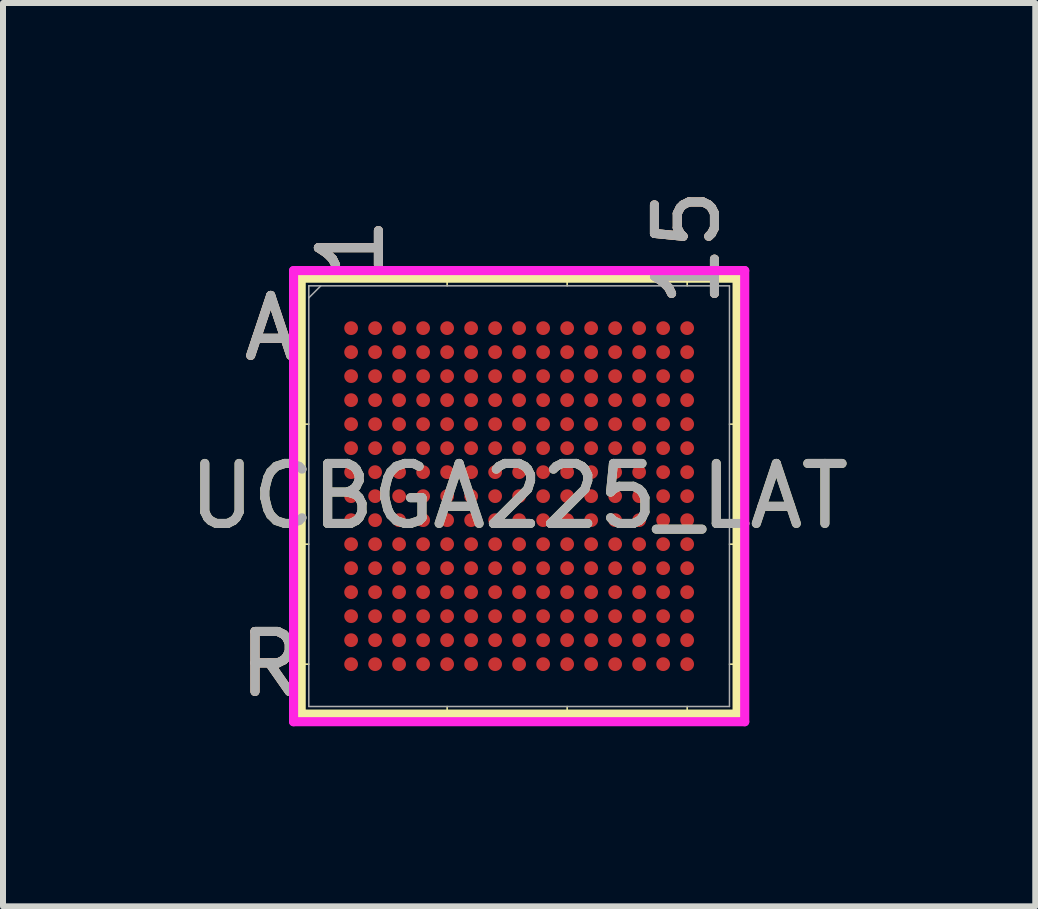
<source format=kicad_pcb>
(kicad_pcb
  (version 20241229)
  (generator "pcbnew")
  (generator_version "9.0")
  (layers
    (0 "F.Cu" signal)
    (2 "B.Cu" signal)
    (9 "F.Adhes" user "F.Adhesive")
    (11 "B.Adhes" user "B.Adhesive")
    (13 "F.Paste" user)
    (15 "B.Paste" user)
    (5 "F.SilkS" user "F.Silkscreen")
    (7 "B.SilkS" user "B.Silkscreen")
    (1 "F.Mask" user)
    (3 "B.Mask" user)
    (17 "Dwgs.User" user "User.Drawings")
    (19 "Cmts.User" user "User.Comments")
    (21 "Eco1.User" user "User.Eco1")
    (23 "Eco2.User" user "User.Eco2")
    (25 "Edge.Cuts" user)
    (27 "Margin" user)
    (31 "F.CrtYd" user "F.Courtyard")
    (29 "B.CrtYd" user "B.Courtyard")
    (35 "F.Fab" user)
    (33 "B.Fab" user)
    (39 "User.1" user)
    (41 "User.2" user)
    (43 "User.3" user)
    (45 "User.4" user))
  (footprint "UCBGA225_LAT"
    (layer "F.Cu")
    (at 5.601 5.218)
    (property "Reference" "UCBGA225_LAT" (at 0 0 0) (unlocked yes) (layer "F.SilkS") (effects (font (size 1 1) (thickness 0.15))))
    (attr smd)
    (fp_line (start -3.632 -3.632) (end -3.632 3.632) (stroke (width 0.152) (type solid)) (layer "F.SilkS"))
    (fp_line (start -3.632 3.632) (end 3.632 3.632) (stroke (width 0.152) (type solid)) (layer "F.SilkS"))
    (fp_line (start -3.505 -1.2) (end -3.759 -1.2) (stroke (width 0.025) (type solid)) (layer "F.SilkS"))
    (fp_line (start -3.505 0.8) (end -3.759 0.8) (stroke (width 0.025) (type solid)) (layer "F.SilkS"))
    (fp_line (start -3.505 2.8) (end -3.759 2.8) (stroke (width 0.025) (type solid)) (layer "F.SilkS"))
    (fp_line (start -1.2 -3.505) (end -1.2 -3.759) (stroke (width 0.025) (type solid)) (layer "F.SilkS"))
    (fp_line (start -1.2 3.505) (end -1.2 3.759) (stroke (width 0.025) (type solid)) (layer "F.SilkS"))
    (fp_line (start 0.8 -3.505) (end 0.8 -3.759) (stroke (width 0.025) (type solid)) (layer "F.SilkS"))
    (fp_line (start 0.8 3.505) (end 0.8 3.759) (stroke (width 0.025) (type solid)) (layer "F.SilkS"))
    (fp_line (start 2.8 -3.505) (end 2.8 -3.759) (stroke (width 0.025) (type solid)) (layer "F.SilkS"))
    (fp_line (start 2.8 3.505) (end 2.8 3.759) (stroke (width 0.025) (type solid)) (layer "F.SilkS"))
    (fp_line (start 3.505 -1.2) (end 3.759 -1.2) (stroke (width 0.025) (type solid)) (layer "F.SilkS"))
    (fp_line (start 3.505 0.8) (end 3.759 0.8) (stroke (width 0.025) (type solid)) (layer "F.SilkS"))
    (fp_line (start 3.505 2.8) (end 3.759 2.8) (stroke (width 0.025) (type solid)) (layer "F.SilkS"))
    (fp_line (start 3.632 -3.632) (end -3.632 -3.632) (stroke (width 0.152) (type solid)) (layer "F.SilkS"))
    (fp_line (start 3.632 3.632) (end 3.632 -3.632) (stroke (width 0.152) (type solid)) (layer "F.SilkS"))
    (fp_poly (pts (xy -3.445 -3.445) (xy 3.445 -3.445) (xy 3.445 3.445) (xy -3.445 3.445)) (stroke (width 0.1) (type solid)) (fill no) (layer "Eco2.User"))
    (fp_line (start -3.759 -3.759) (end 3.759 -3.759) (stroke (width 0.152) (type solid)) (layer "F.CrtYd"))
    (fp_line (start -3.759 3.759) (end -3.759 -3.759) (stroke (width 0.152) (type solid)) (layer "F.CrtYd"))
    (fp_line (start 3.759 -3.759) (end 3.759 3.759) (stroke (width 0.152) (type solid)) (layer "F.CrtYd"))
    (fp_line (start 3.759 3.759) (end -3.759 3.759) (stroke (width 0.152) (type solid)) (layer "F.CrtYd"))
    (fp_line (start -3.505 -3.505) (end -3.505 3.505) (stroke (width 0.025) (type solid)) (layer "F.Fab"))
    (fp_line (start -3.505 3.505) (end 3.505 3.505) (stroke (width 0.025) (type solid)) (layer "F.Fab"))
    (fp_line (start -3.305 -3.505) (end -3.505 -3.305) (stroke (width 0.025) (type solid)) (layer "F.Fab"))
    (fp_line (start 3.505 -3.505) (end -3.505 -3.505) (stroke (width 0.025) (type solid)) (layer "F.Fab"))
    (fp_line (start 3.505 3.505) (end 3.505 -3.505) (stroke (width 0.025) (type solid)) (layer "F.Fab"))
    (fp_text user "15" (at 2.8 -4.14 90) (unlocked yes) (layer "F.SilkS") (effects (font (size 1 1) (thickness 0.15))))
    (fp_text user "1" (at -2.8 -4.14 90) (unlocked yes) (layer "F.SilkS") (effects (font (size 1 1) (thickness 0.15))))
    (fp_text user "R" (at -4.14 2.8 0) (unlocked yes) (layer "F.SilkS") (effects (font (size 1 1) (thickness 0.15))))
    (fp_text user "A" (at -4.14 -2.8 0) (unlocked yes) (layer "F.SilkS") (effects (font (size 1 1) (thickness 0.15))))
    (fp_text user "R" (at -4.14 2.8 0) (unlocked yes) (layer "B.SilkS") (effects (font (size 1 1) (thickness 0.15))))
    (fp_text user "1" (at -2.8 -4.14 90) (unlocked yes) (layer "B.SilkS") (effects (font (size 1 1) (thickness 0.15))))
    (fp_text user "A" (at -4.14 -2.8 0) (unlocked yes) (layer "B.SilkS") (effects (font (size 1 1) (thickness 0.15))))
    (fp_text user "15" (at 2.8 -4.14 90) (unlocked yes) (layer "B.SilkS") (effects (font (size 1 1) (thickness 0.15))))
    (fp_text user "${REFERENCE}" (at 0 0 0) (unlocked yes) (layer "F.Fab") (effects (font (size 1 1) (thickness 0.15))))
    (fp_text user "1" (at -2.8 -4.14 90) (unlocked yes) (layer "F.Fab") (effects (font (size 1 1) (thickness 0.15))))
    (fp_text user "R" (at -4.14 2.8 0) (unlocked yes) (layer "F.Fab") (effects (font (size 1 1) (thickness 0.15))))
    (fp_text user "A" (at -4.14 -2.8 0) (unlocked yes) (layer "F.Fab") (effects (font (size 1 1) (thickness 0.15))))
    (fp_text user "15" (at 2.8 -4.14 90) (unlocked yes) (layer "F.Fab") (effects (font (size 1 1) (thickness 0.15))))
    (pad "A1" smd circle (at -2.8 -2.8) (size 0.229 0.229) (layers "F.Cu" "F.Mask" "F.Paste"))
    (pad "A2" smd circle (at -2.4 -2.8) (size 0.229 0.229) (layers "F.Cu" "F.Mask" "F.Paste"))
    (pad "A3" smd circle (at -2 -2.8) (size 0.229 0.229) (layers "F.Cu" "F.Mask" "F.Paste"))
    (pad "A4" smd circle (at -1.6 -2.8) (size 0.229 0.229) (layers "F.Cu" "F.Mask" "F.Paste"))
    (pad "A5" smd circle (at -1.2 -2.8) (size 0.229 0.229) (layers "F.Cu" "F.Mask" "F.Paste"))
    (pad "A6" smd circle (at -0.8 -2.8) (size 0.229 0.229) (layers "F.Cu" "F.Mask" "F.Paste"))
    (pad "A7" smd circle (at -0.4 -2.8) (size 0.229 0.229) (layers "F.Cu" "F.Mask" "F.Paste"))
    (pad "A8" smd circle (at 0 -2.8) (size 0.229 0.229) (layers "F.Cu" "F.Mask" "F.Paste"))
    (pad "A9" smd circle (at 0.4 -2.8) (size 0.229 0.229) (layers "F.Cu" "F.Mask" "F.Paste"))
    (pad "A10" smd circle (at 0.8 -2.8) (size 0.229 0.229) (layers "F.Cu" "F.Mask" "F.Paste"))
    (pad "A11" smd circle (at 1.2 -2.8) (size 0.229 0.229) (layers "F.Cu" "F.Mask" "F.Paste"))
    (pad "A12" smd circle (at 1.6 -2.8) (size 0.229 0.229) (layers "F.Cu" "F.Mask" "F.Paste"))
    (pad "A13" smd circle (at 2 -2.8) (size 0.229 0.229) (layers "F.Cu" "F.Mask" "F.Paste"))
    (pad "A14" smd circle (at 2.4 -2.8) (size 0.229 0.229) (layers "F.Cu" "F.Mask" "F.Paste"))
    (pad "A15" smd circle (at 2.8 -2.8) (size 0.229 0.229) (layers "F.Cu" "F.Mask" "F.Paste"))
    (pad "B1" smd circle (at -2.8 -2.4) (size 0.229 0.229) (layers "F.Cu" "F.Mask" "F.Paste"))
    (pad "B2" smd circle (at -2.4 -2.4) (size 0.229 0.229) (layers "F.Cu" "F.Mask" "F.Paste"))
    (pad "B3" smd circle (at -2 -2.4) (size 0.229 0.229) (layers "F.Cu" "F.Mask" "F.Paste"))
    (pad "B4" smd circle (at -1.6 -2.4) (size 0.229 0.229) (layers "F.Cu" "F.Mask" "F.Paste"))
    (pad "B5" smd circle (at -1.2 -2.4) (size 0.229 0.229) (layers "F.Cu" "F.Mask" "F.Paste"))
    (pad "B6" smd circle (at -0.8 -2.4) (size 0.229 0.229) (layers "F.Cu" "F.Mask" "F.Paste"))
    (pad "B7" smd circle (at -0.4 -2.4) (size 0.229 0.229) (layers "F.Cu" "F.Mask" "F.Paste"))
    (pad "B8" smd circle (at 0 -2.4) (size 0.229 0.229) (layers "F.Cu" "F.Mask" "F.Paste"))
    (pad "B9" smd circle (at 0.4 -2.4) (size 0.229 0.229) (layers "F.Cu" "F.Mask" "F.Paste"))
    (pad "B10" smd circle (at 0.8 -2.4) (size 0.229 0.229) (layers "F.Cu" "F.Mask" "F.Paste"))
    (pad "B11" smd circle (at 1.2 -2.4) (size 0.229 0.229) (layers "F.Cu" "F.Mask" "F.Paste"))
    (pad "B12" smd circle (at 1.6 -2.4) (size 0.229 0.229) (layers "F.Cu" "F.Mask" "F.Paste"))
    (pad "B13" smd circle (at 2 -2.4) (size 0.229 0.229) (layers "F.Cu" "F.Mask" "F.Paste"))
    (pad "B14" smd circle (at 2.4 -2.4) (size 0.229 0.229) (layers "F.Cu" "F.Mask" "F.Paste"))
    (pad "B15" smd circle (at 2.8 -2.4) (size 0.229 0.229) (layers "F.Cu" "F.Mask" "F.Paste"))
    (pad "C1" smd circle (at -2.8 -2) (size 0.229 0.229) (layers "F.Cu" "F.Mask" "F.Paste"))
    (pad "C2" smd circle (at -2.4 -2) (size 0.229 0.229) (layers "F.Cu" "F.Mask" "F.Paste"))
    (pad "C3" smd circle (at -2 -2) (size 0.229 0.229) (layers "F.Cu" "F.Mask" "F.Paste"))
    (pad "C4" smd circle (at -1.6 -2) (size 0.229 0.229) (layers "F.Cu" "F.Mask" "F.Paste"))
    (pad "C5" smd circle (at -1.2 -2) (size 0.229 0.229) (layers "F.Cu" "F.Mask" "F.Paste"))
    (pad "C6" smd circle (at -0.8 -2) (size 0.229 0.229) (layers "F.Cu" "F.Mask" "F.Paste"))
    (pad "C7" smd circle (at -0.4 -2) (size 0.229 0.229) (layers "F.Cu" "F.Mask" "F.Paste"))
    (pad "C8" smd circle (at 0 -2) (size 0.229 0.229) (layers "F.Cu" "F.Mask" "F.Paste"))
    (pad "C9" smd circle (at 0.4 -2) (size 0.229 0.229) (layers "F.Cu" "F.Mask" "F.Paste"))
    (pad "C10" smd circle (at 0.8 -2) (size 0.229 0.229) (layers "F.Cu" "F.Mask" "F.Paste"))
    (pad "C11" smd circle (at 1.2 -2) (size 0.229 0.229) (layers "F.Cu" "F.Mask" "F.Paste"))
    (pad "C12" smd circle (at 1.6 -2) (size 0.229 0.229) (layers "F.Cu" "F.Mask" "F.Paste"))
    (pad "C13" smd circle (at 2 -2) (size 0.229 0.229) (layers "F.Cu" "F.Mask" "F.Paste"))
    (pad "C14" smd circle (at 2.4 -2) (size 0.229 0.229) (layers "F.Cu" "F.Mask" "F.Paste"))
    (pad "C15" smd circle (at 2.8 -2) (size 0.229 0.229) (layers "F.Cu" "F.Mask" "F.Paste"))
    (pad "D1" smd circle (at -2.8 -1.6) (size 0.229 0.229) (layers "F.Cu" "F.Mask" "F.Paste"))
    (pad "D2" smd circle (at -2.4 -1.6) (size 0.229 0.229) (layers "F.Cu" "F.Mask" "F.Paste"))
    (pad "D3" smd circle (at -2 -1.6) (size 0.229 0.229) (layers "F.Cu" "F.Mask" "F.Paste"))
    (pad "D4" smd circle (at -1.6 -1.6) (size 0.229 0.229) (layers "F.Cu" "F.Mask" "F.Paste"))
    (pad "D5" smd circle (at -1.2 -1.6) (size 0.229 0.229) (layers "F.Cu" "F.Mask" "F.Paste"))
    (pad "D6" smd circle (at -0.8 -1.6) (size 0.229 0.229) (layers "F.Cu" "F.Mask" "F.Paste"))
    (pad "D7" smd circle (at -0.4 -1.6) (size 0.229 0.229) (layers "F.Cu" "F.Mask" "F.Paste"))
    (pad "D8" smd circle (at 0 -1.6) (size 0.229 0.229) (layers "F.Cu" "F.Mask" "F.Paste"))
    (pad "D9" smd circle (at 0.4 -1.6) (size 0.229 0.229) (layers "F.Cu" "F.Mask" "F.Paste"))
    (pad "D10" smd circle (at 0.8 -1.6) (size 0.229 0.229) (layers "F.Cu" "F.Mask" "F.Paste"))
    (pad "D11" smd circle (at 1.2 -1.6) (size 0.229 0.229) (layers "F.Cu" "F.Mask" "F.Paste"))
    (pad "D12" smd circle (at 1.6 -1.6) (size 0.229 0.229) (layers "F.Cu" "F.Mask" "F.Paste"))
    (pad "D13" smd circle (at 2 -1.6) (size 0.229 0.229) (layers "F.Cu" "F.Mask" "F.Paste"))
    (pad "D14" smd circle (at 2.4 -1.6) (size 0.229 0.229) (layers "F.Cu" "F.Mask" "F.Paste"))
    (pad "D15" smd circle (at 2.8 -1.6) (size 0.229 0.229) (layers "F.Cu" "F.Mask" "F.Paste"))
    (pad "E1" smd circle (at -2.8 -1.2) (size 0.229 0.229) (layers "F.Cu" "F.Mask" "F.Paste"))
    (pad "E2" smd circle (at -2.4 -1.2) (size 0.229 0.229) (layers "F.Cu" "F.Mask" "F.Paste"))
    (pad "E3" smd circle (at -2 -1.2) (size 0.229 0.229) (layers "F.Cu" "F.Mask" "F.Paste"))
    (pad "E4" smd circle (at -1.6 -1.2) (size 0.229 0.229) (layers "F.Cu" "F.Mask" "F.Paste"))
    (pad "E5" smd circle (at -1.2 -1.2) (size 0.229 0.229) (layers "F.Cu" "F.Mask" "F.Paste"))
    (pad "E6" smd circle (at -0.8 -1.2) (size 0.229 0.229) (layers "F.Cu" "F.Mask" "F.Paste"))
    (pad "E7" smd circle (at -0.4 -1.2) (size 0.229 0.229) (layers "F.Cu" "F.Mask" "F.Paste"))
    (pad "E8" smd circle (at 0 -1.2) (size 0.229 0.229) (layers "F.Cu" "F.Mask" "F.Paste"))
    (pad "E9" smd circle (at 0.4 -1.2) (size 0.229 0.229) (layers "F.Cu" "F.Mask" "F.Paste"))
    (pad "E10" smd circle (at 0.8 -1.2) (size 0.229 0.229) (layers "F.Cu" "F.Mask" "F.Paste"))
    (pad "E11" smd circle (at 1.2 -1.2) (size 0.229 0.229) (layers "F.Cu" "F.Mask" "F.Paste"))
    (pad "E12" smd circle (at 1.6 -1.2) (size 0.229 0.229) (layers "F.Cu" "F.Mask" "F.Paste"))
    (pad "E13" smd circle (at 2 -1.2) (size 0.229 0.229) (layers "F.Cu" "F.Mask" "F.Paste"))
    (pad "E14" smd circle (at 2.4 -1.2) (size 0.229 0.229) (layers "F.Cu" "F.Mask" "F.Paste"))
    (pad "E15" smd circle (at 2.8 -1.2) (size 0.229 0.229) (layers "F.Cu" "F.Mask" "F.Paste"))
    (pad "F1" smd circle (at -2.8 -0.8) (size 0.229 0.229) (layers "F.Cu" "F.Mask" "F.Paste"))
    (pad "F2" smd circle (at -2.4 -0.8) (size 0.229 0.229) (layers "F.Cu" "F.Mask" "F.Paste"))
    (pad "F3" smd circle (at -2 -0.8) (size 0.229 0.229) (layers "F.Cu" "F.Mask" "F.Paste"))
    (pad "F4" smd circle (at -1.6 -0.8) (size 0.229 0.229) (layers "F.Cu" "F.Mask" "F.Paste"))
    (pad "F5" smd circle (at -1.2 -0.8) (size 0.229 0.229) (layers "F.Cu" "F.Mask" "F.Paste"))
    (pad "F6" smd circle (at -0.8 -0.8) (size 0.229 0.229) (layers "F.Cu" "F.Mask" "F.Paste"))
    (pad "F7" smd circle (at -0.4 -0.8) (size 0.229 0.229) (layers "F.Cu" "F.Mask" "F.Paste"))
    (pad "F8" smd circle (at 0 -0.8) (size 0.229 0.229) (layers "F.Cu" "F.Mask" "F.Paste"))
    (pad "F9" smd circle (at 0.4 -0.8) (size 0.229 0.229) (layers "F.Cu" "F.Mask" "F.Paste"))
    (pad "F10" smd circle (at 0.8 -0.8) (size 0.229 0.229) (layers "F.Cu" "F.Mask" "F.Paste"))
    (pad "F11" smd circle (at 1.2 -0.8) (size 0.229 0.229) (layers "F.Cu" "F.Mask" "F.Paste"))
    (pad "F12" smd circle (at 1.6 -0.8) (size 0.229 0.229) (layers "F.Cu" "F.Mask" "F.Paste"))
    (pad "F13" smd circle (at 2 -0.8) (size 0.229 0.229) (layers "F.Cu" "F.Mask" "F.Paste"))
    (pad "F14" smd circle (at 2.4 -0.8) (size 0.229 0.229) (layers "F.Cu" "F.Mask" "F.Paste"))
    (pad "F15" smd circle (at 2.8 -0.8) (size 0.229 0.229) (layers "F.Cu" "F.Mask" "F.Paste"))
    (pad "G1" smd circle (at -2.8 -0.4) (size 0.229 0.229) (layers "F.Cu" "F.Mask" "F.Paste"))
    (pad "G2" smd circle (at -2.4 -0.4) (size 0.229 0.229) (layers "F.Cu" "F.Mask" "F.Paste"))
    (pad "G3" smd circle (at -2 -0.4) (size 0.229 0.229) (layers "F.Cu" "F.Mask" "F.Paste"))
    (pad "G4" smd circle (at -1.6 -0.4) (size 0.229 0.229) (layers "F.Cu" "F.Mask" "F.Paste"))
    (pad "G5" smd circle (at -1.2 -0.4) (size 0.229 0.229) (layers "F.Cu" "F.Mask" "F.Paste"))
    (pad "G6" smd circle (at -0.8 -0.4) (size 0.229 0.229) (layers "F.Cu" "F.Mask" "F.Paste"))
    (pad "G7" smd circle (at -0.4 -0.4) (size 0.229 0.229) (layers "F.Cu" "F.Mask" "F.Paste"))
    (pad "G8" smd circle (at 0 -0.4) (size 0.229 0.229) (layers "F.Cu" "F.Mask" "F.Paste"))
    (pad "G9" smd circle (at 0.4 -0.4) (size 0.229 0.229) (layers "F.Cu" "F.Mask" "F.Paste"))
    (pad "G10" smd circle (at 0.8 -0.4) (size 0.229 0.229) (layers "F.Cu" "F.Mask" "F.Paste"))
    (pad "G11" smd circle (at 1.2 -0.4) (size 0.229 0.229) (layers "F.Cu" "F.Mask" "F.Paste"))
    (pad "G12" smd circle (at 1.6 -0.4) (size 0.229 0.229) (layers "F.Cu" "F.Mask" "F.Paste"))
    (pad "G13" smd circle (at 2 -0.4) (size 0.229 0.229) (layers "F.Cu" "F.Mask" "F.Paste"))
    (pad "G14" smd circle (at 2.4 -0.4) (size 0.229 0.229) (layers "F.Cu" "F.Mask" "F.Paste"))
    (pad "G15" smd circle (at 2.8 -0.4) (size 0.229 0.229) (layers "F.Cu" "F.Mask" "F.Paste"))
    (pad "H1" smd circle (at -2.8 0) (size 0.229 0.229) (layers "F.Cu" "F.Mask" "F.Paste"))
    (pad "H2" smd circle (at -2.4 0) (size 0.229 0.229) (layers "F.Cu" "F.Mask" "F.Paste"))
    (pad "H3" smd circle (at -2 0) (size 0.229 0.229) (layers "F.Cu" "F.Mask" "F.Paste"))
    (pad "H4" smd circle (at -1.6 0) (size 0.229 0.229) (layers "F.Cu" "F.Mask" "F.Paste"))
    (pad "H5" smd circle (at -1.2 0) (size 0.229 0.229) (layers "F.Cu" "F.Mask" "F.Paste"))
    (pad "H6" smd circle (at -0.8 0) (size 0.229 0.229) (layers "F.Cu" "F.Mask" "F.Paste"))
    (pad "H7" smd circle (at -0.4 0) (size 0.229 0.229) (layers "F.Cu" "F.Mask" "F.Paste"))
    (pad "H8" smd circle (at 0 0) (size 0.229 0.229) (layers "F.Cu" "F.Mask" "F.Paste"))
    (pad "H9" smd circle (at 0.4 0) (size 0.229 0.229) (layers "F.Cu" "F.Mask" "F.Paste"))
    (pad "H10" smd circle (at 0.8 0) (size 0.229 0.229) (layers "F.Cu" "F.Mask" "F.Paste"))
    (pad "H11" smd circle (at 1.2 0) (size 0.229 0.229) (layers "F.Cu" "F.Mask" "F.Paste"))
    (pad "H12" smd circle (at 1.6 0) (size 0.229 0.229) (layers "F.Cu" "F.Mask" "F.Paste"))
    (pad "H13" smd circle (at 2 0) (size 0.229 0.229) (layers "F.Cu" "F.Mask" "F.Paste"))
    (pad "H14" smd circle (at 2.4 0) (size 0.229 0.229) (layers "F.Cu" "F.Mask" "F.Paste"))
    (pad "H15" smd circle (at 2.8 0) (size 0.229 0.229) (layers "F.Cu" "F.Mask" "F.Paste"))
    (pad "J1" smd circle (at -2.8 0.4) (size 0.229 0.229) (layers "F.Cu" "F.Mask" "F.Paste"))
    (pad "J2" smd circle (at -2.4 0.4) (size 0.229 0.229) (layers "F.Cu" "F.Mask" "F.Paste"))
    (pad "J3" smd circle (at -2 0.4) (size 0.229 0.229) (layers "F.Cu" "F.Mask" "F.Paste"))
    (pad "J4" smd circle (at -1.6 0.4) (size 0.229 0.229) (layers "F.Cu" "F.Mask" "F.Paste"))
    (pad "J5" smd circle (at -1.2 0.4) (size 0.229 0.229) (layers "F.Cu" "F.Mask" "F.Paste"))
    (pad "J6" smd circle (at -0.8 0.4) (size 0.229 0.229) (layers "F.Cu" "F.Mask" "F.Paste"))
    (pad "J7" smd circle (at -0.4 0.4) (size 0.229 0.229) (layers "F.Cu" "F.Mask" "F.Paste"))
    (pad "J8" smd circle (at 0 0.4) (size 0.229 0.229) (layers "F.Cu" "F.Mask" "F.Paste"))
    (pad "J9" smd circle (at 0.4 0.4) (size 0.229 0.229) (layers "F.Cu" "F.Mask" "F.Paste"))
    (pad "J10" smd circle (at 0.8 0.4) (size 0.229 0.229) (layers "F.Cu" "F.Mask" "F.Paste"))
    (pad "J11" smd circle (at 1.2 0.4) (size 0.229 0.229) (layers "F.Cu" "F.Mask" "F.Paste"))
    (pad "J12" smd circle (at 1.6 0.4) (size 0.229 0.229) (layers "F.Cu" "F.Mask" "F.Paste"))
    (pad "J13" smd circle (at 2 0.4) (size 0.229 0.229) (layers "F.Cu" "F.Mask" "F.Paste"))
    (pad "J14" smd circle (at 2.4 0.4) (size 0.229 0.229) (layers "F.Cu" "F.Mask" "F.Paste"))
    (pad "J15" smd circle (at 2.8 0.4) (size 0.229 0.229) (layers "F.Cu" "F.Mask" "F.Paste"))
    (pad "K1" smd circle (at -2.8 0.8) (size 0.229 0.229) (layers "F.Cu" "F.Mask" "F.Paste"))
    (pad "K2" smd circle (at -2.4 0.8) (size 0.229 0.229) (layers "F.Cu" "F.Mask" "F.Paste"))
    (pad "K3" smd circle (at -2 0.8) (size 0.229 0.229) (layers "F.Cu" "F.Mask" "F.Paste"))
    (pad "K4" smd circle (at -1.6 0.8) (size 0.229 0.229) (layers "F.Cu" "F.Mask" "F.Paste"))
    (pad "K5" smd circle (at -1.2 0.8) (size 0.229 0.229) (layers "F.Cu" "F.Mask" "F.Paste"))
    (pad "K6" smd circle (at -0.8 0.8) (size 0.229 0.229) (layers "F.Cu" "F.Mask" "F.Paste"))
    (pad "K7" smd circle (at -0.4 0.8) (size 0.229 0.229) (layers "F.Cu" "F.Mask" "F.Paste"))
    (pad "K8" smd circle (at 0 0.8) (size 0.229 0.229) (layers "F.Cu" "F.Mask" "F.Paste"))
    (pad "K9" smd circle (at 0.4 0.8) (size 0.229 0.229) (layers "F.Cu" "F.Mask" "F.Paste"))
    (pad "K10" smd circle (at 0.8 0.8) (size 0.229 0.229) (layers "F.Cu" "F.Mask" "F.Paste"))
    (pad "K11" smd circle (at 1.2 0.8) (size 0.229 0.229) (layers "F.Cu" "F.Mask" "F.Paste"))
    (pad "K12" smd circle (at 1.6 0.8) (size 0.229 0.229) (layers "F.Cu" "F.Mask" "F.Paste"))
    (pad "K13" smd circle (at 2 0.8) (size 0.229 0.229) (layers "F.Cu" "F.Mask" "F.Paste"))
    (pad "K14" smd circle (at 2.4 0.8) (size 0.229 0.229) (layers "F.Cu" "F.Mask" "F.Paste"))
    (pad "K15" smd circle (at 2.8 0.8) (size 0.229 0.229) (layers "F.Cu" "F.Mask" "F.Paste"))
    (pad "L1" smd circle (at -2.8 1.2) (size 0.229 0.229) (layers "F.Cu" "F.Mask" "F.Paste"))
    (pad "L2" smd circle (at -2.4 1.2) (size 0.229 0.229) (layers "F.Cu" "F.Mask" "F.Paste"))
    (pad "L3" smd circle (at -2 1.2) (size 0.229 0.229) (layers "F.Cu" "F.Mask" "F.Paste"))
    (pad "L4" smd circle (at -1.6 1.2) (size 0.229 0.229) (layers "F.Cu" "F.Mask" "F.Paste"))
    (pad "L5" smd circle (at -1.2 1.2) (size 0.229 0.229) (layers "F.Cu" "F.Mask" "F.Paste"))
    (pad "L6" smd circle (at -0.8 1.2) (size 0.229 0.229) (layers "F.Cu" "F.Mask" "F.Paste"))
    (pad "L7" smd circle (at -0.4 1.2) (size 0.229 0.229) (layers "F.Cu" "F.Mask" "F.Paste"))
    (pad "L8" smd circle (at 0 1.2) (size 0.229 0.229) (layers "F.Cu" "F.Mask" "F.Paste"))
    (pad "L9" smd circle (at 0.4 1.2) (size 0.229 0.229) (layers "F.Cu" "F.Mask" "F.Paste"))
    (pad "L10" smd circle (at 0.8 1.2) (size 0.229 0.229) (layers "F.Cu" "F.Mask" "F.Paste"))
    (pad "L11" smd circle (at 1.2 1.2) (size 0.229 0.229) (layers "F.Cu" "F.Mask" "F.Paste"))
    (pad "L12" smd circle (at 1.6 1.2) (size 0.229 0.229) (layers "F.Cu" "F.Mask" "F.Paste"))
    (pad "L13" smd circle (at 2 1.2) (size 0.229 0.229) (layers "F.Cu" "F.Mask" "F.Paste"))
    (pad "L14" smd circle (at 2.4 1.2) (size 0.229 0.229) (layers "F.Cu" "F.Mask" "F.Paste"))
    (pad "L15" smd circle (at 2.8 1.2) (size 0.229 0.229) (layers "F.Cu" "F.Mask" "F.Paste"))
    (pad "M1" smd circle (at -2.8 1.6) (size 0.229 0.229) (layers "F.Cu" "F.Mask" "F.Paste"))
    (pad "M2" smd circle (at -2.4 1.6) (size 0.229 0.229) (layers "F.Cu" "F.Mask" "F.Paste"))
    (pad "M3" smd circle (at -2 1.6) (size 0.229 0.229) (layers "F.Cu" "F.Mask" "F.Paste"))
    (pad "M4" smd circle (at -1.6 1.6) (size 0.229 0.229) (layers "F.Cu" "F.Mask" "F.Paste"))
    (pad "M5" smd circle (at -1.2 1.6) (size 0.229 0.229) (layers "F.Cu" "F.Mask" "F.Paste"))
    (pad "M6" smd circle (at -0.8 1.6) (size 0.229 0.229) (layers "F.Cu" "F.Mask" "F.Paste"))
    (pad "M7" smd circle (at -0.4 1.6) (size 0.229 0.229) (layers "F.Cu" "F.Mask" "F.Paste"))
    (pad "M8" smd circle (at 0 1.6) (size 0.229 0.229) (layers "F.Cu" "F.Mask" "F.Paste"))
    (pad "M9" smd circle (at 0.4 1.6) (size 0.229 0.229) (layers "F.Cu" "F.Mask" "F.Paste"))
    (pad "M10" smd circle (at 0.8 1.6) (size 0.229 0.229) (layers "F.Cu" "F.Mask" "F.Paste"))
    (pad "M11" smd circle (at 1.2 1.6) (size 0.229 0.229) (layers "F.Cu" "F.Mask" "F.Paste"))
    (pad "M12" smd circle (at 1.6 1.6) (size 0.229 0.229) (layers "F.Cu" "F.Mask" "F.Paste"))
    (pad "M13" smd circle (at 2 1.6) (size 0.229 0.229) (layers "F.Cu" "F.Mask" "F.Paste"))
    (pad "M14" smd circle (at 2.4 1.6) (size 0.229 0.229) (layers "F.Cu" "F.Mask" "F.Paste"))
    (pad "M15" smd circle (at 2.8 1.6) (size 0.229 0.229) (layers "F.Cu" "F.Mask" "F.Paste"))
    (pad "N1" smd circle (at -2.8 2) (size 0.229 0.229) (layers "F.Cu" "F.Mask" "F.Paste"))
    (pad "N2" smd circle (at -2.4 2) (size 0.229 0.229) (layers "F.Cu" "F.Mask" "F.Paste"))
    (pad "N3" smd circle (at -2 2) (size 0.229 0.229) (layers "F.Cu" "F.Mask" "F.Paste"))
    (pad "N4" smd circle (at -1.6 2) (size 0.229 0.229) (layers "F.Cu" "F.Mask" "F.Paste"))
    (pad "N5" smd circle (at -1.2 2) (size 0.229 0.229) (layers "F.Cu" "F.Mask" "F.Paste"))
    (pad "N6" smd circle (at -0.8 2) (size 0.229 0.229) (layers "F.Cu" "F.Mask" "F.Paste"))
    (pad "N7" smd circle (at -0.4 2) (size 0.229 0.229) (layers "F.Cu" "F.Mask" "F.Paste"))
    (pad "N8" smd circle (at 0 2) (size 0.229 0.229) (layers "F.Cu" "F.Mask" "F.Paste"))
    (pad "N9" smd circle (at 0.4 2) (size 0.229 0.229) (layers "F.Cu" "F.Mask" "F.Paste"))
    (pad "N10" smd circle (at 0.8 2) (size 0.229 0.229) (layers "F.Cu" "F.Mask" "F.Paste"))
    (pad "N11" smd circle (at 1.2 2) (size 0.229 0.229) (layers "F.Cu" "F.Mask" "F.Paste"))
    (pad "N12" smd circle (at 1.6 2) (size 0.229 0.229) (layers "F.Cu" "F.Mask" "F.Paste"))
    (pad "N13" smd circle (at 2 2) (size 0.229 0.229) (layers "F.Cu" "F.Mask" "F.Paste"))
    (pad "N14" smd circle (at 2.4 2) (size 0.229 0.229) (layers "F.Cu" "F.Mask" "F.Paste"))
    (pad "N15" smd circle (at 2.8 2) (size 0.229 0.229) (layers "F.Cu" "F.Mask" "F.Paste"))
    (pad "P1" smd circle (at -2.8 2.4) (size 0.229 0.229) (layers "F.Cu" "F.Mask" "F.Paste"))
    (pad "P2" smd circle (at -2.4 2.4) (size 0.229 0.229) (layers "F.Cu" "F.Mask" "F.Paste"))
    (pad "P3" smd circle (at -2 2.4) (size 0.229 0.229) (layers "F.Cu" "F.Mask" "F.Paste"))
    (pad "P4" smd circle (at -1.6 2.4) (size 0.229 0.229) (layers "F.Cu" "F.Mask" "F.Paste"))
    (pad "P5" smd circle (at -1.2 2.4) (size 0.229 0.229) (layers "F.Cu" "F.Mask" "F.Paste"))
    (pad "P6" smd circle (at -0.8 2.4) (size 0.229 0.229) (layers "F.Cu" "F.Mask" "F.Paste"))
    (pad "P7" smd circle (at -0.4 2.4) (size 0.229 0.229) (layers "F.Cu" "F.Mask" "F.Paste"))
    (pad "P8" smd circle (at 0 2.4) (size 0.229 0.229) (layers "F.Cu" "F.Mask" "F.Paste"))
    (pad "P9" smd circle (at 0.4 2.4) (size 0.229 0.229) (layers "F.Cu" "F.Mask" "F.Paste"))
    (pad "P10" smd circle (at 0.8 2.4) (size 0.229 0.229) (layers "F.Cu" "F.Mask" "F.Paste"))
    (pad "P11" smd circle (at 1.2 2.4) (size 0.229 0.229) (layers "F.Cu" "F.Mask" "F.Paste"))
    (pad "P12" smd circle (at 1.6 2.4) (size 0.229 0.229) (layers "F.Cu" "F.Mask" "F.Paste"))
    (pad "P13" smd circle (at 2 2.4) (size 0.229 0.229) (layers "F.Cu" "F.Mask" "F.Paste"))
    (pad "P14" smd circle (at 2.4 2.4) (size 0.229 0.229) (layers "F.Cu" "F.Mask" "F.Paste"))
    (pad "P15" smd circle (at 2.8 2.4) (size 0.229 0.229) (layers "F.Cu" "F.Mask" "F.Paste"))
    (pad "R1" smd circle (at -2.8 2.8) (size 0.229 0.229) (layers "F.Cu" "F.Mask" "F.Paste"))
    (pad "R2" smd circle (at -2.4 2.8) (size 0.229 0.229) (layers "F.Cu" "F.Mask" "F.Paste"))
    (pad "R3" smd circle (at -2 2.8) (size 0.229 0.229) (layers "F.Cu" "F.Mask" "F.Paste"))
    (pad "R4" smd circle (at -1.6 2.8) (size 0.229 0.229) (layers "F.Cu" "F.Mask" "F.Paste"))
    (pad "R5" smd circle (at -1.2 2.8) (size 0.229 0.229) (layers "F.Cu" "F.Mask" "F.Paste"))
    (pad "R6" smd circle (at -0.8 2.8) (size 0.229 0.229) (layers "F.Cu" "F.Mask" "F.Paste"))
    (pad "R7" smd circle (at -0.4 2.8) (size 0.229 0.229) (layers "F.Cu" "F.Mask" "F.Paste"))
    (pad "R8" smd circle (at 0 2.8) (size 0.229 0.229) (layers "F.Cu" "F.Mask" "F.Paste"))
    (pad "R9" smd circle (at 0.4 2.8) (size 0.229 0.229) (layers "F.Cu" "F.Mask" "F.Paste"))
    (pad "R10" smd circle (at 0.8 2.8) (size 0.229 0.229) (layers "F.Cu" "F.Mask" "F.Paste"))
    (pad "R11" smd circle (at 1.2 2.8) (size 0.229 0.229) (layers "F.Cu" "F.Mask" "F.Paste"))
    (pad "R12" smd circle (at 1.6 2.8) (size 0.229 0.229) (layers "F.Cu" "F.Mask" "F.Paste"))
    (pad "R13" smd circle (at 2 2.8) (size 0.229 0.229) (layers "F.Cu" "F.Mask" "F.Paste"))
    (pad "R14" smd circle (at 2.4 2.8) (size 0.229 0.229) (layers "F.Cu" "F.Mask" "F.Paste"))
    (pad "R15" smd circle (at 2.8 2.8) (size 0.229 0.229) (layers "F.Cu" "F.Mask" "F.Paste")))
  (gr_rect
    (start -3 -3)
    (end 14.202 12.053)
    (stroke (width 0.1) (type default))
    (fill no)
    (layer "Edge.Cuts")))
</source>
